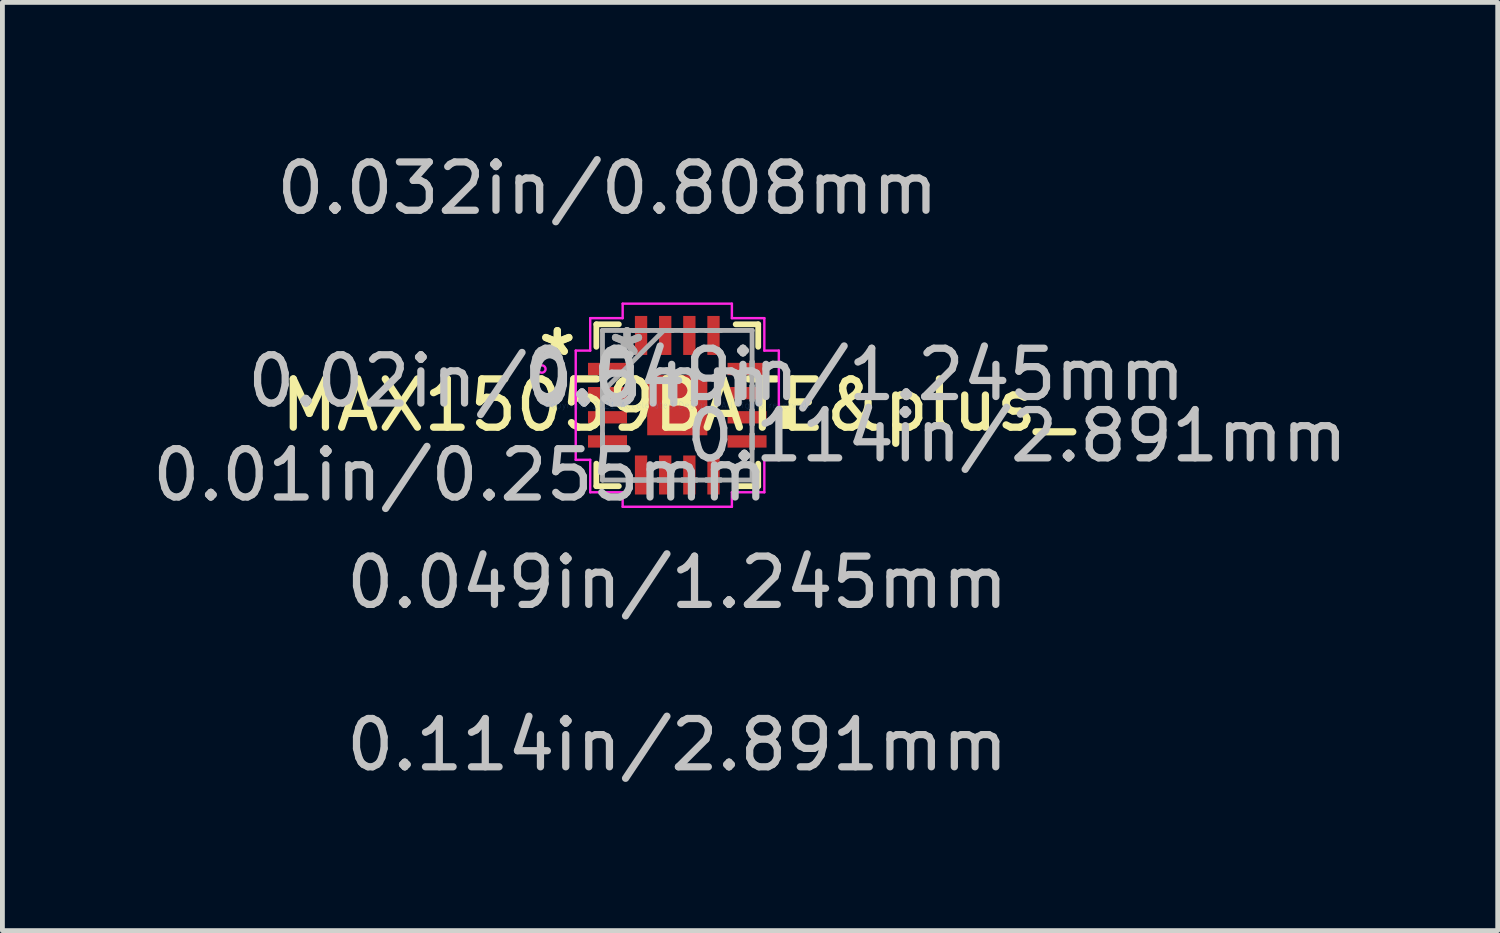
<source format=kicad_pcb>
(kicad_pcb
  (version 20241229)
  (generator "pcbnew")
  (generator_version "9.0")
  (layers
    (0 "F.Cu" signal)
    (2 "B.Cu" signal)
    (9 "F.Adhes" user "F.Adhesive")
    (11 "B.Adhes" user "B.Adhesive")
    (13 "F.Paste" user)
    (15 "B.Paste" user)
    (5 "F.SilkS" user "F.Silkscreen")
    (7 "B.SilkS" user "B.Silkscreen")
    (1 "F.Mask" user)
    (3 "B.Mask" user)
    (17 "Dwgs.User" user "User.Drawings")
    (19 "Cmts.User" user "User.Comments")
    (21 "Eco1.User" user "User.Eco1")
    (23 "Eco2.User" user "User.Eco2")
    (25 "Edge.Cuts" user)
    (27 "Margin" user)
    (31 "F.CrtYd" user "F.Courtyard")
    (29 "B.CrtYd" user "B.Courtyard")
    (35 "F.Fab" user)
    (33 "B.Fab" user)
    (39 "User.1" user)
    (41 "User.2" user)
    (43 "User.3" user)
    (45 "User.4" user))
  (footprint "MAX15059BATE&plus_"
    (layer "F.Cu")
    (at 10.976 5.342)
    (property "Reference" "MAX15059BATE&plus_" (at 0 0 0) (layer "F.SilkS") (effects (font (size 1 1) (thickness 0.15))))
    (attr through_hole)
    (fp_line (start -1.676 -1.676) (end -1.676 -1.21) (stroke (width 0.12) (type solid)) (layer "F.SilkS"))
    (fp_line (start -1.676 1.21) (end -1.676 1.676) (stroke (width 0.12) (type solid)) (layer "F.SilkS"))
    (fp_line (start -1.676 1.676) (end -1.21 1.676) (stroke (width 0.12) (type solid)) (layer "F.SilkS"))
    (fp_line (start -1.21 -1.676) (end -1.676 -1.676) (stroke (width 0.12) (type solid)) (layer "F.SilkS"))
    (fp_line (start 1.21 1.676) (end 1.676 1.676) (stroke (width 0.12) (type solid)) (layer "F.SilkS"))
    (fp_line (start 1.676 -1.676) (end 1.21 -1.676) (stroke (width 0.12) (type solid)) (layer "F.SilkS"))
    (fp_line (start 1.676 -1.21) (end 1.676 -1.676) (stroke (width 0.12) (type solid)) (layer "F.SilkS"))
    (fp_line (start 1.676 1.676) (end 1.676 1.21) (stroke (width 0.12) (type solid)) (layer "F.SilkS"))
    (fp_poly (pts (xy 2.357 0.059) (xy 2.357 0.441) (xy 2.103 0.441) (xy 2.103 0.059)) (stroke (width 0.1) (type solid)) (fill yes) (layer "F.SilkS"))
    (fp_line (start -2.103 -1.131) (end -1.803 -1.131) (stroke (width 0.05) (type solid)) (layer "F.CrtYd"))
    (fp_line (start -2.103 1.131) (end -2.103 -1.131) (stroke (width 0.05) (type solid)) (layer "F.CrtYd"))
    (fp_line (start -1.803 -1.803) (end -1.131 -1.803) (stroke (width 0.05) (type solid)) (layer "F.CrtYd"))
    (fp_line (start -1.803 -1.131) (end -1.803 -1.803) (stroke (width 0.05) (type solid)) (layer "F.CrtYd"))
    (fp_line (start -1.803 1.131) (end -2.103 1.131) (stroke (width 0.05) (type solid)) (layer "F.CrtYd"))
    (fp_line (start -1.803 1.803) (end -1.803 1.131) (stroke (width 0.05) (type solid)) (layer "F.CrtYd"))
    (fp_line (start -1.131 -2.103) (end 1.131 -2.103) (stroke (width 0.05) (type solid)) (layer "F.CrtYd"))
    (fp_line (start -1.131 -1.803) (end -1.131 -2.103) (stroke (width 0.05) (type solid)) (layer "F.CrtYd"))
    (fp_line (start -1.131 1.803) (end -1.803 1.803) (stroke (width 0.05) (type solid)) (layer "F.CrtYd"))
    (fp_line (start -1.131 2.103) (end -1.131 1.803) (stroke (width 0.05) (type solid)) (layer "F.CrtYd"))
    (fp_line (start 1.131 -2.103) (end 1.131 -1.803) (stroke (width 0.05) (type solid)) (layer "F.CrtYd"))
    (fp_line (start 1.131 -1.803) (end 1.803 -1.803) (stroke (width 0.05) (type solid)) (layer "F.CrtYd"))
    (fp_line (start 1.131 1.803) (end 1.131 2.103) (stroke (width 0.05) (type solid)) (layer "F.CrtYd"))
    (fp_line (start 1.131 2.103) (end -1.131 2.103) (stroke (width 0.05) (type solid)) (layer "F.CrtYd"))
    (fp_line (start 1.803 -1.803) (end 1.803 -1.131) (stroke (width 0.05) (type solid)) (layer "F.CrtYd"))
    (fp_line (start 1.803 -1.131) (end 2.103 -1.131) (stroke (width 0.05) (type solid)) (layer "F.CrtYd"))
    (fp_line (start 1.803 1.131) (end 1.803 1.803) (stroke (width 0.05) (type solid)) (layer "F.CrtYd"))
    (fp_line (start 1.803 1.803) (end 1.131 1.803) (stroke (width 0.05) (type solid)) (layer "F.CrtYd"))
    (fp_line (start 2.103 -1.131) (end 2.103 1.131) (stroke (width 0.05) (type solid)) (layer "F.CrtYd"))
    (fp_line (start 2.103 1.131) (end 1.803 1.131) (stroke (width 0.05) (type solid)) (layer "F.CrtYd"))
    (fp_circle (center -2.804 -0.75) (end -2.728 -0.75) (stroke (width 0.05) (type solid)) (fill no) (layer "F.CrtYd"))
    (fp_line (start -1.549 -1.549) (end -1.549 -1.549) (stroke (width 0.1) (type solid)) (layer "F.Fab"))
    (fp_line (start -1.549 -1.549) (end -1.549 1.549) (stroke (width 0.1) (type solid)) (layer "F.Fab"))
    (fp_line (start -1.549 -0.902) (end -1.549 -0.902) (stroke (width 0.1) (type solid)) (layer "F.Fab"))
    (fp_line (start -1.549 -0.902) (end -1.549 -0.598) (stroke (width 0.1) (type solid)) (layer "F.Fab"))
    (fp_line (start -1.549 -0.598) (end -1.549 -0.902) (stroke (width 0.1) (type solid)) (layer "F.Fab"))
    (fp_line (start -1.549 -0.598) (end -1.549 -0.598) (stroke (width 0.1) (type solid)) (layer "F.Fab"))
    (fp_line (start -1.549 -0.402) (end -1.549 -0.402) (stroke (width 0.1) (type solid)) (layer "F.Fab"))
    (fp_line (start -1.549 -0.402) (end -1.549 -0.098) (stroke (width 0.1) (type solid)) (layer "F.Fab"))
    (fp_line (start -1.549 -0.279) (end -0.279 -1.549) (stroke (width 0.1) (type solid)) (layer "F.Fab"))
    (fp_line (start -1.549 -0.098) (end -1.549 -0.402) (stroke (width 0.1) (type solid)) (layer "F.Fab"))
    (fp_line (start -1.549 -0.098) (end -1.549 -0.098) (stroke (width 0.1) (type solid)) (layer "F.Fab"))
    (fp_line (start -1.549 0.098) (end -1.549 0.098) (stroke (width 0.1) (type solid)) (layer "F.Fab"))
    (fp_line (start -1.549 0.098) (end -1.549 0.402) (stroke (width 0.1) (type solid)) (layer "F.Fab"))
    (fp_line (start -1.549 0.402) (end -1.549 0.098) (stroke (width 0.1) (type solid)) (layer "F.Fab"))
    (fp_line (start -1.549 0.402) (end -1.549 0.402) (stroke (width 0.1) (type solid)) (layer "F.Fab"))
    (fp_line (start -1.549 0.598) (end -1.549 0.598) (stroke (width 0.1) (type solid)) (layer "F.Fab"))
    (fp_line (start -1.549 0.598) (end -1.549 0.902) (stroke (width 0.1) (type solid)) (layer "F.Fab"))
    (fp_line (start -1.549 0.902) (end -1.549 0.598) (stroke (width 0.1) (type solid)) (layer "F.Fab"))
    (fp_line (start -1.549 0.902) (end -1.549 0.902) (stroke (width 0.1) (type solid)) (layer "F.Fab"))
    (fp_line (start -1.549 1.549) (end -1.549 1.549) (stroke (width 0.1) (type solid)) (layer "F.Fab"))
    (fp_line (start -1.549 1.549) (end 1.549 1.549) (stroke (width 0.1) (type solid)) (layer "F.Fab"))
    (fp_line (start -0.902 -1.549) (end -0.902 -1.549) (stroke (width 0.1) (type solid)) (layer "F.Fab"))
    (fp_line (start -0.902 -1.549) (end -0.598 -1.549) (stroke (width 0.1) (type solid)) (layer "F.Fab"))
    (fp_line (start -0.902 1.549) (end -0.902 1.549) (stroke (width 0.1) (type solid)) (layer "F.Fab"))
    (fp_line (start -0.902 1.549) (end -0.598 1.549) (stroke (width 0.1) (type solid)) (layer "F.Fab"))
    (fp_line (start -0.598 -1.549) (end -0.902 -1.549) (stroke (width 0.1) (type solid)) (layer "F.Fab"))
    (fp_line (start -0.598 -1.549) (end -0.598 -1.549) (stroke (width 0.1) (type solid)) (layer "F.Fab"))
    (fp_line (start -0.598 1.549) (end -0.902 1.549) (stroke (width 0.1) (type solid)) (layer "F.Fab"))
    (fp_line (start -0.598 1.549) (end -0.598 1.549) (stroke (width 0.1) (type solid)) (layer "F.Fab"))
    (fp_line (start -0.402 -1.549) (end -0.402 -1.549) (stroke (width 0.1) (type solid)) (layer "F.Fab"))
    (fp_line (start -0.402 -1.549) (end -0.098 -1.549) (stroke (width 0.1) (type solid)) (layer "F.Fab"))
    (fp_line (start -0.402 1.549) (end -0.402 1.549) (stroke (width 0.1) (type solid)) (layer "F.Fab"))
    (fp_line (start -0.402 1.549) (end -0.098 1.549) (stroke (width 0.1) (type solid)) (layer "F.Fab"))
    (fp_line (start -0.098 -1.549) (end -0.402 -1.549) (stroke (width 0.1) (type solid)) (layer "F.Fab"))
    (fp_line (start -0.098 -1.549) (end -0.098 -1.549) (stroke (width 0.1) (type solid)) (layer "F.Fab"))
    (fp_line (start -0.098 1.549) (end -0.402 1.549) (stroke (width 0.1) (type solid)) (layer "F.Fab"))
    (fp_line (start -0.098 1.549) (end -0.098 1.549) (stroke (width 0.1) (type solid)) (layer "F.Fab"))
    (fp_line (start 0.098 -1.549) (end 0.098 -1.549) (stroke (width 0.1) (type solid)) (layer "F.Fab"))
    (fp_line (start 0.098 -1.549) (end 0.402 -1.549) (stroke (width 0.1) (type solid)) (layer "F.Fab"))
    (fp_line (start 0.098 1.549) (end 0.098 1.549) (stroke (width 0.1) (type solid)) (layer "F.Fab"))
    (fp_line (start 0.098 1.549) (end 0.402 1.549) (stroke (width 0.1) (type solid)) (layer "F.Fab"))
    (fp_line (start 0.402 -1.549) (end 0.098 -1.549) (stroke (width 0.1) (type solid)) (layer "F.Fab"))
    (fp_line (start 0.402 -1.549) (end 0.402 -1.549) (stroke (width 0.1) (type solid)) (layer "F.Fab"))
    (fp_line (start 0.402 1.549) (end 0.098 1.549) (stroke (width 0.1) (type solid)) (layer "F.Fab"))
    (fp_line (start 0.402 1.549) (end 0.402 1.549) (stroke (width 0.1) (type solid)) (layer "F.Fab"))
    (fp_line (start 0.598 -1.549) (end 0.598 -1.549) (stroke (width 0.1) (type solid)) (layer "F.Fab"))
    (fp_line (start 0.598 -1.549) (end 0.902 -1.549) (stroke (width 0.1) (type solid)) (layer "F.Fab"))
    (fp_line (start 0.598 1.549) (end 0.598 1.549) (stroke (width 0.1) (type solid)) (layer "F.Fab"))
    (fp_line (start 0.598 1.549) (end 0.902 1.549) (stroke (width 0.1) (type solid)) (layer "F.Fab"))
    (fp_line (start 0.902 -1.549) (end 0.598 -1.549) (stroke (width 0.1) (type solid)) (layer "F.Fab"))
    (fp_line (start 0.902 -1.549) (end 0.902 -1.549) (stroke (width 0.1) (type solid)) (layer "F.Fab"))
    (fp_line (start 0.902 1.549) (end 0.598 1.549) (stroke (width 0.1) (type solid)) (layer "F.Fab"))
    (fp_line (start 0.902 1.549) (end 0.902 1.549) (stroke (width 0.1) (type solid)) (layer "F.Fab"))
    (fp_line (start 1.549 -1.549) (end -1.549 -1.549) (stroke (width 0.1) (type solid)) (layer "F.Fab"))
    (fp_line (start 1.549 -1.549) (end 1.549 -1.549) (stroke (width 0.1) (type solid)) (layer "F.Fab"))
    (fp_line (start 1.549 -0.902) (end 1.549 -0.902) (stroke (width 0.1) (type solid)) (layer "F.Fab"))
    (fp_line (start 1.549 -0.902) (end 1.549 -0.598) (stroke (width 0.1) (type solid)) (layer "F.Fab"))
    (fp_line (start 1.549 -0.598) (end 1.549 -0.902) (stroke (width 0.1) (type solid)) (layer "F.Fab"))
    (fp_line (start 1.549 -0.598) (end 1.549 -0.598) (stroke (width 0.1) (type solid)) (layer "F.Fab"))
    (fp_line (start 1.549 -0.402) (end 1.549 -0.402) (stroke (width 0.1) (type solid)) (layer "F.Fab"))
    (fp_line (start 1.549 -0.402) (end 1.549 -0.098) (stroke (width 0.1) (type solid)) (layer "F.Fab"))
    (fp_line (start 1.549 -0.098) (end 1.549 -0.402) (stroke (width 0.1) (type solid)) (layer "F.Fab"))
    (fp_line (start 1.549 -0.098) (end 1.549 -0.098) (stroke (width 0.1) (type solid)) (layer "F.Fab"))
    (fp_line (start 1.549 0.098) (end 1.549 0.098) (stroke (width 0.1) (type solid)) (layer "F.Fab"))
    (fp_line (start 1.549 0.098) (end 1.549 0.402) (stroke (width 0.1) (type solid)) (layer "F.Fab"))
    (fp_line (start 1.549 0.402) (end 1.549 0.098) (stroke (width 0.1) (type solid)) (layer "F.Fab"))
    (fp_line (start 1.549 0.402) (end 1.549 0.402) (stroke (width 0.1) (type solid)) (layer "F.Fab"))
    (fp_line (start 1.549 0.598) (end 1.549 0.598) (stroke (width 0.1) (type solid)) (layer "F.Fab"))
    (fp_line (start 1.549 0.598) (end 1.549 0.902) (stroke (width 0.1) (type solid)) (layer "F.Fab"))
    (fp_line (start 1.549 0.902) (end 1.549 0.598) (stroke (width 0.1) (type solid)) (layer "F.Fab"))
    (fp_line (start 1.549 0.902) (end 1.549 0.902) (stroke (width 0.1) (type solid)) (layer "F.Fab"))
    (fp_line (start 1.549 1.549) (end 1.549 -1.549) (stroke (width 0.1) (type solid)) (layer "F.Fab"))
    (fp_line (start 1.549 1.549) (end 1.549 1.549) (stroke (width 0.1) (type solid)) (layer "F.Fab"))
    (fp_text user "*" (at -2.484 -1 0) (layer "F.SilkS") (effects (font (size 1 1) (thickness 0.15))))
    (fp_text user "*" (at -2.484 -1 0) (layer "F.SilkS") (effects (font (size 1 1) (thickness 0.15))))
    (fp_text user "0.02in/0.5mm" (at -3.477 -0.5 0) (layer "Dwgs.User") (effects (font (size 1 1) (thickness 0.15))))
    (fp_text user "0.049in/1.245mm" (at 3.67 -0.635 0) (layer "Dwgs.User") (effects (font (size 1 1) (thickness 0.15))))
    (fp_text user "0.049in/1.245mm" (at 0 3.67 0) (layer "Dwgs.User") (effects (font (size 1 1) (thickness 0.15))))
    (fp_text user "0.01in/0.255mm" (at -4.493 1.445 0) (layer "Dwgs.User") (effects (font (size 1 1) (thickness 0.15))))
    (fp_text user "0.114in/2.891mm" (at 7.033 0.635 0) (layer "Dwgs.User") (effects (font (size 1 1) (thickness 0.15))))
    (fp_text user "0.032in/0.808mm" (at -1.445 -4.493 0) (layer "Dwgs.User") (effects (font (size 1 1) (thickness 0.15))))
    (fp_text user "0.114in/2.891mm" (at 0 7.033 0) (layer "Dwgs.User") (effects (font (size 1 1) (thickness 0.15))))
    (fp_text user "Copyright 2021 Accelerated Designs. All rights reserved." (at 0 0 0) (layer "Cmts.User") (effects (font (size 0.127 0.127) (thickness 0.002))))
    (fp_text user "*" (at -1.041 -1 0) (layer "F.Fab") (effects (font (size 1 1) (thickness 0.15))))
    (fp_text user "*" (at -1.041 -1 0) (layer "F.Fab") (effects (font (size 1 1) (thickness 0.15))))
    (pad "1" smd rect (at -1.445 -0.75 90) (size 0.255 0.808) (layers "F.Cu" "F.Mask" "F.Paste"))
    (pad "2" smd rect (at -1.445 -0.25 90) (size 0.255 0.808) (layers "F.Cu" "F.Mask" "F.Paste"))
    (pad "3" smd rect (at -1.445 0.25 90) (size 0.255 0.808) (layers "F.Cu" "F.Mask" "F.Paste"))
    (pad "4" smd rect (at -1.445 0.75 90) (size 0.255 0.808) (layers "F.Cu" "F.Mask" "F.Paste"))
    (pad "5" smd rect (at -0.75 1.445) (size 0.255 0.808) (layers "F.Cu" "F.Mask" "F.Paste"))
    (pad "6" smd rect (at -0.25 1.445) (size 0.255 0.808) (layers "F.Cu" "F.Mask" "F.Paste"))
    (pad "7" smd rect (at 0.25 1.445) (size 0.255 0.808) (layers "F.Cu" "F.Mask" "F.Paste"))
    (pad "8" smd rect (at 0.75 1.445) (size 0.255 0.808) (layers "F.Cu" "F.Mask" "F.Paste"))
    (pad "9" smd rect (at 1.445 0.75 90) (size 0.255 0.808) (layers "F.Cu" "F.Mask" "F.Paste"))
    (pad "10" smd rect (at 1.445 0.25 90) (size 0.255 0.808) (layers "F.Cu" "F.Mask" "F.Paste"))
    (pad "11" smd rect (at 1.445 -0.25 90) (size 0.255 0.808) (layers "F.Cu" "F.Mask" "F.Paste"))
    (pad "12" smd rect (at 1.445 -0.75 90) (size 0.255 0.808) (layers "F.Cu" "F.Mask" "F.Paste"))
    (pad "13" smd rect (at 0.75 -1.445) (size 0.255 0.808) (layers "F.Cu" "F.Mask" "F.Paste"))
    (pad "14" smd rect (at 0.25 -1.445) (size 0.255 0.808) (layers "F.Cu" "F.Mask" "F.Paste"))
    (pad "15" smd rect (at -0.25 -1.445) (size 0.255 0.808) (layers "F.Cu" "F.Mask" "F.Paste"))
    (pad "16" smd rect (at -0.75 -1.445) (size 0.255 0.808) (layers "F.Cu" "F.Mask" "F.Paste"))
    (pad "17" smd rect (at 0 0) (size 1.245 1.245) (layers "F.Cu" "F.Mask" "F.Paste")))
  (gr_rect
    (start -3 -3)
    (end 27.967 16.223)
    (stroke (width 0.1) (type default))
    (fill no)
    (layer "Edge.Cuts")))
</source>
